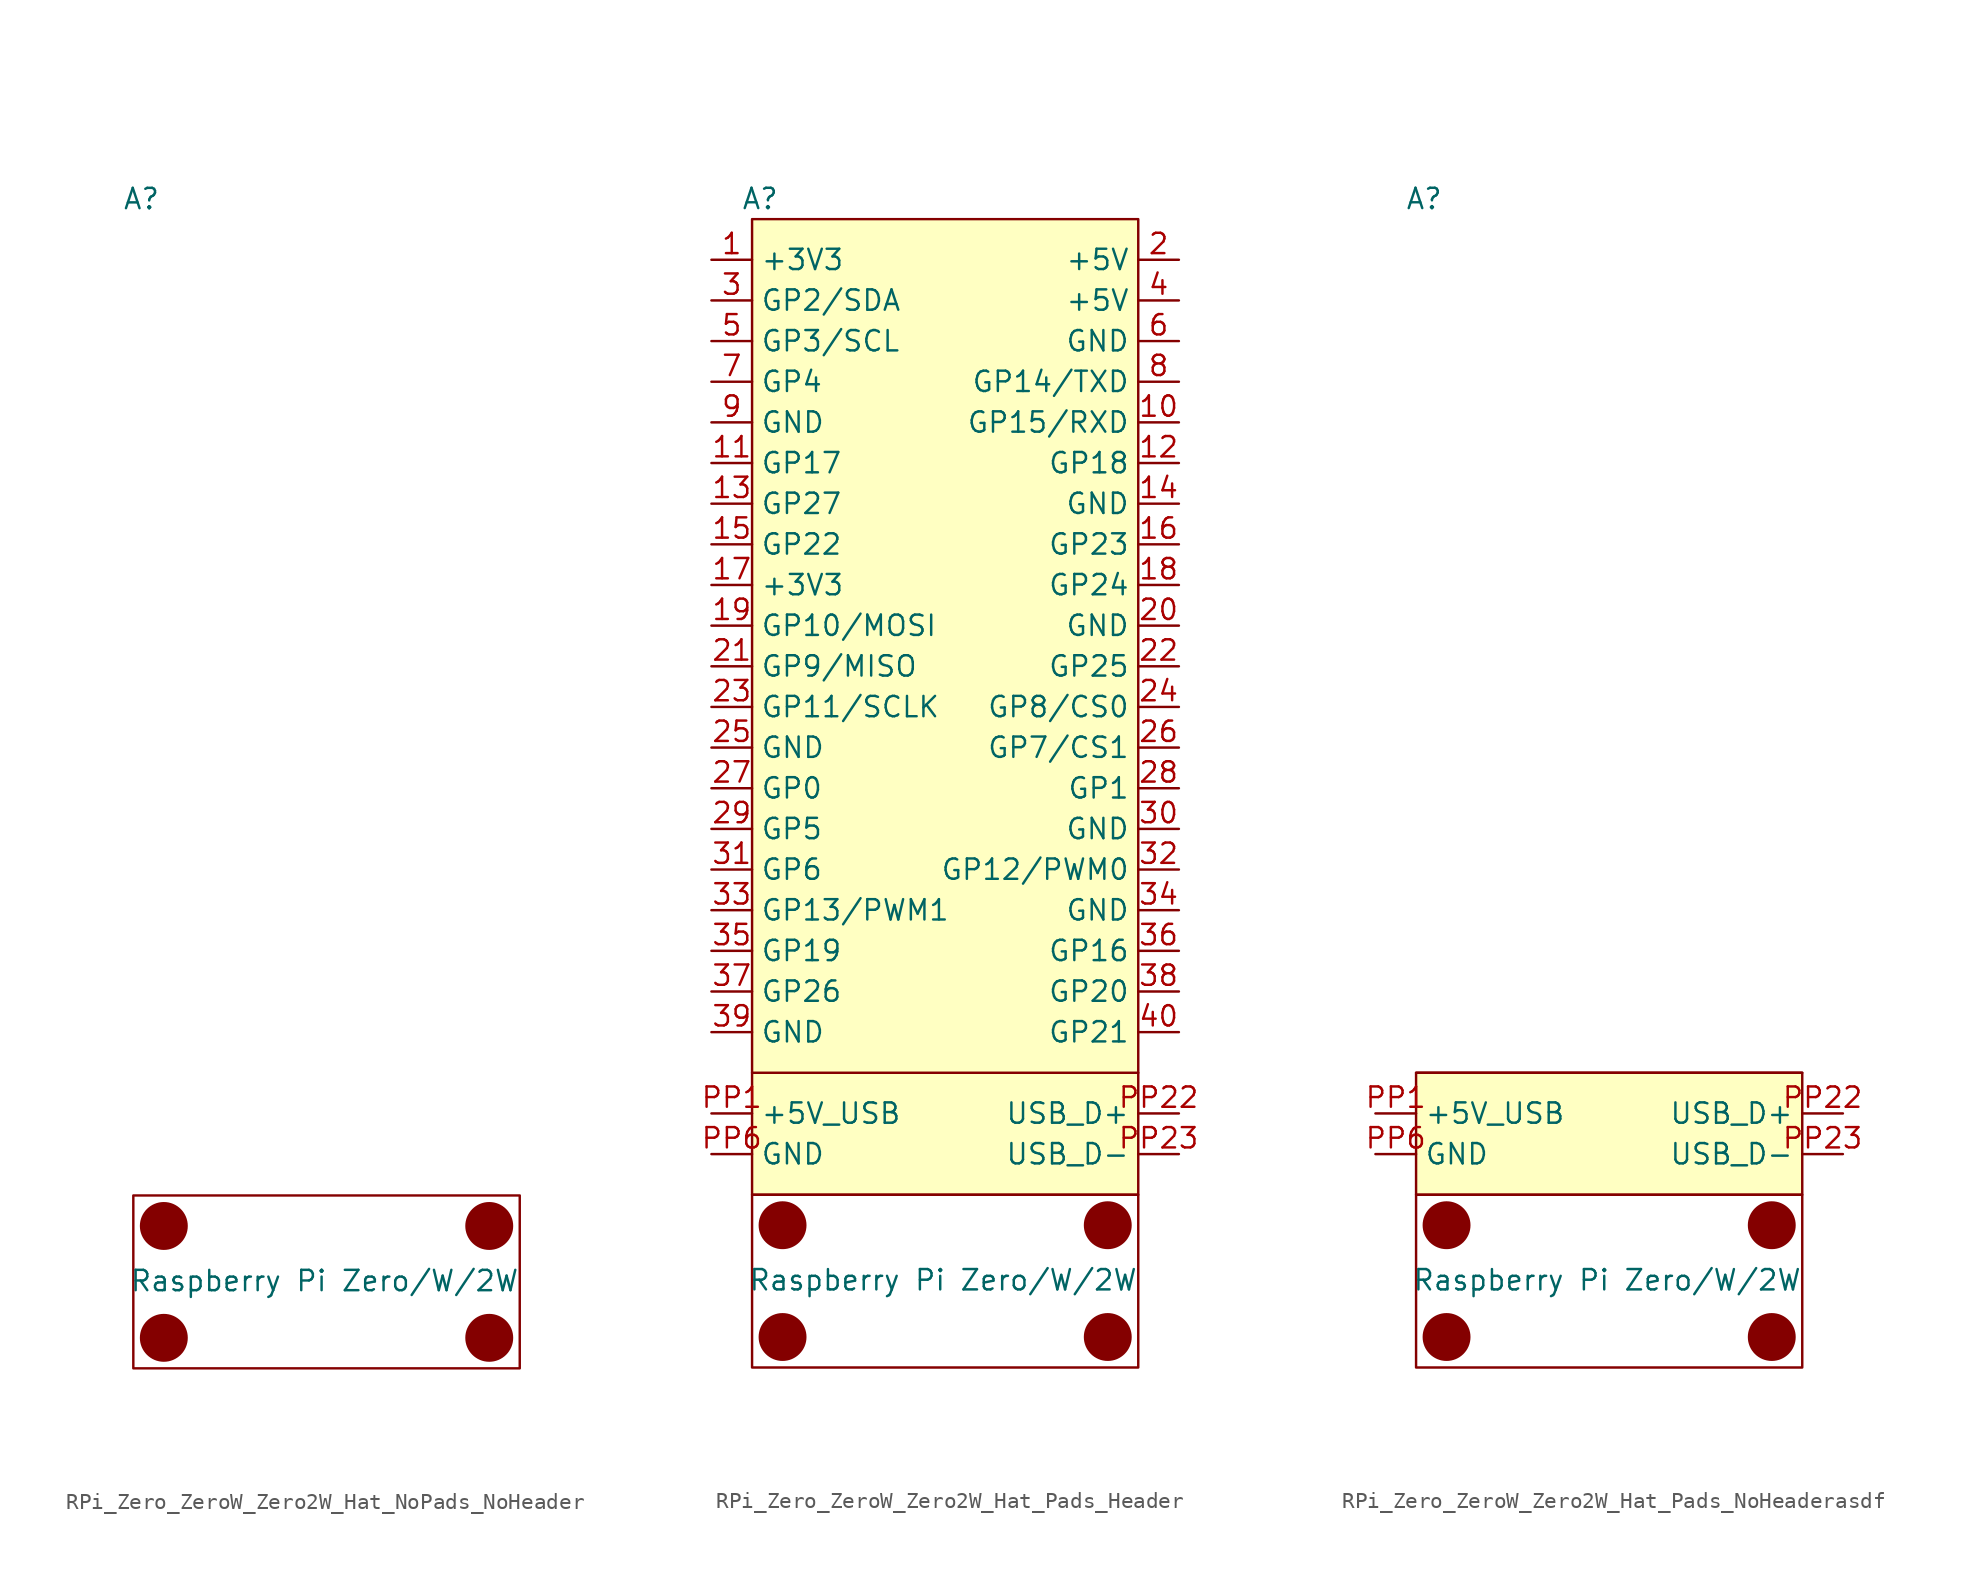
<source format=kicad_sym>
(kicad_symbol_lib
  (version 20231120)
  (generator "kicad_symbol_editor")
  (generator_version "8.0")
  (symbol "RPi_Zero_ZeroW_Zero2W_Hat_NoPads_NoHeader"
    (property "Reference" "A"
      (at 3.048 3.81 0)
      (effects (font (size 1.27 1.27))))
    (property "Value" "Raspberry Pi Zero/W/2W"
      (at 14.478 -63.754 0)
      (effects (font (size 1.27 1.27))))
    (symbol "RPi_Zero_ZeroW_Zero2W_Hat_NoPads_NoHeader_1_1"
      (rectangle (start 2.54 -58.42) (end 26.67 -69.215) (stroke (width 0) (type default)) (fill (type none)))
      (circle (center 4.445 -67.31) (radius 1.42) (stroke (width 0) (type default)) (fill (type outline)))
      (circle (center 4.445 -60.325) (radius 1.42) (stroke (width 0) (type default)) (fill (type outline)))
      (circle (center 24.765 -67.31) (radius 1.42) (stroke (width 0) (type default)) (fill (type outline)))
      (circle (center 24.765 -60.325) (radius 1.42) (stroke (width 0) (type default)) (fill (type outline)))))
  (symbol "RPi_Zero_ZeroW_Zero2W_Hat_Pads_Header"
    (property "Reference" "A"
      (at 3.048 3.81 0)
      (effects (font (size 1.27 1.27))))
    (property "Value" "Raspberry Pi Zero/W/2W"
      (at 14.478 -63.754 0)
      (effects (font (size 1.27 1.27))))
    (symbol "RPi_Zero_ZeroW_Zero2W_Hat_Pads_Header_1_1"
      (polyline (pts (xy 2.54 -50.8) (xy 26.67 -50.8)) (stroke (width 0) (type default)) (fill (type none)))
      (rectangle (start 2.54 -58.42) (end 26.67 -69.215) (stroke (width 0) (type default)) (fill (type none)))
      (rectangle (start 2.54 2.54) (end 26.67 -58.42) (stroke (width 0) (type default)) (fill (type background)))
      (circle (center 4.445 -67.31) (radius 1.42) (stroke (width 0) (type default)) (fill (type outline)))
      (circle (center 4.445 -60.325) (radius 1.42) (stroke (width 0) (type default)) (fill (type outline)))
      (circle (center 24.765 -67.31) (radius 1.42) (stroke (width 0) (type default)) (fill (type outline)))
      (circle (center 24.765 -60.325) (radius 1.42) (stroke (width 0) (type default)) (fill (type outline)))
      (pin input line (at 0 0 0) (length 2.54) (name "+3V3" (effects (font (size 1.27 1.27)))) (number "1" (effects (font (size 1.27 1.27)))))
      (pin input line (at 29.21 -10.16 180) (length 2.54) (name "GP15/RXD" (effects (font (size 1.27 1.27)))) (number "10" (effects (font (size 1.27 1.27)))))
      (pin input line (at 0 -12.7 0) (length 2.54) (name "GP17" (effects (font (size 1.27 1.27)))) (number "11" (effects (font (size 1.27 1.27)))))
      (pin input line (at 29.21 -12.7 180) (length 2.54) (name "GP18" (effects (font (size 1.27 1.27)))) (number "12" (effects (font (size 1.27 1.27)))))
      (pin input line (at 0 -15.24 0) (length 2.54) (name "GP27" (effects (font (size 1.27 1.27)))) (number "13" (effects (font (size 1.27 1.27)))))
      (pin input line (at 29.21 -15.24 180) (length 2.54) (name "GND" (effects (font (size 1.27 1.27)))) (number "14" (effects (font (size 1.27 1.27)))))
      (pin input line (at 0 -17.78 0) (length 2.54) (name "GP22" (effects (font (size 1.27 1.27)))) (number "15" (effects (font (size 1.27 1.27)))))
      (pin input line (at 29.21 -17.78 180) (length 2.54) (name "GP23" (effects (font (size 1.27 1.27)))) (number "16" (effects (font (size 1.27 1.27)))))
      (pin input line (at 0 -20.32 0) (length 2.54) (name "+3V3" (effects (font (size 1.27 1.27)))) (number "17" (effects (font (size 1.27 1.27)))))
      (pin input line (at 29.21 -20.32 180) (length 2.54) (name "GP24" (effects (font (size 1.27 1.27)))) (number "18" (effects (font (size 1.27 1.27)))))
      (pin input line (at 0 -22.86 0) (length 2.54) (name "GP10/MOSI" (effects (font (size 1.27 1.27)))) (number "19" (effects (font (size 1.27 1.27)))))
      (pin input line (at 29.21 0 180) (length 2.54) (name "+5V" (effects (font (size 1.27 1.27)))) (number "2" (effects (font (size 1.27 1.27)))))
      (pin input line (at 29.21 -22.86 180) (length 2.54) (name "GND" (effects (font (size 1.27 1.27)))) (number "20" (effects (font (size 1.27 1.27)))))
      (pin input line (at 0 -25.4 0) (length 2.54) (name "GP9/MISO" (effects (font (size 1.27 1.27)))) (number "21" (effects (font (size 1.27 1.27)))))
      (pin input line (at 29.21 -25.4 180) (length 2.54) (name "GP25" (effects (font (size 1.27 1.27)))) (number "22" (effects (font (size 1.27 1.27)))))
      (pin input line (at 0 -27.94 0) (length 2.54) (name "GP11/SCLK" (effects (font (size 1.27 1.27)))) (number "23" (effects (font (size 1.27 1.27)))))
      (pin input line (at 29.21 -27.94 180) (length 2.54) (name "GP8/CS0" (effects (font (size 1.27 1.27)))) (number "24" (effects (font (size 1.27 1.27)))))
      (pin input line (at 0 -30.48 0) (length 2.54) (name "GND" (effects (font (size 1.27 1.27)))) (number "25" (effects (font (size 1.27 1.27)))))
      (pin input line (at 29.21 -30.48 180) (length 2.54) (name "GP7/CS1" (effects (font (size 1.27 1.27)))) (number "26" (effects (font (size 1.27 1.27)))))
      (pin input line (at 0 -33.02 0) (length 2.54) (name "GP0" (effects (font (size 1.27 1.27)))) (number "27" (effects (font (size 1.27 1.27)))))
      (pin input line (at 29.21 -33.02 180) (length 2.54) (name "GP1" (effects (font (size 1.27 1.27)))) (number "28" (effects (font (size 1.27 1.27)))))
      (pin input line (at 0 -35.56 0) (length 2.54) (name "GP5" (effects (font (size 1.27 1.27)))) (number "29" (effects (font (size 1.27 1.27)))))
      (pin input line (at 0 -2.54 0) (length 2.54) (name "GP2/SDA" (effects (font (size 1.27 1.27)))) (number "3" (effects (font (size 1.27 1.27)))))
      (pin input line (at 29.21 -35.56 180) (length 2.54) (name "GND" (effects (font (size 1.27 1.27)))) (number "30" (effects (font (size 1.27 1.27)))))
      (pin input line (at 0 -38.1 0) (length 2.54) (name "GP6" (effects (font (size 1.27 1.27)))) (number "31" (effects (font (size 1.27 1.27)))))
      (pin input line (at 29.21 -38.1 180) (length 2.54) (name "GP12/PWM0" (effects (font (size 1.27 1.27)))) (number "32" (effects (font (size 1.27 1.27)))))
      (pin input line (at 0 -40.64 0) (length 2.54) (name "GP13/PWM1" (effects (font (size 1.27 1.27)))) (number "33" (effects (font (size 1.27 1.27)))))
      (pin input line (at 29.21 -40.64 180) (length 2.54) (name "GND" (effects (font (size 1.27 1.27)))) (number "34" (effects (font (size 1.27 1.27)))))
      (pin input line (at 0 -43.18 0) (length 2.54) (name "GP19" (effects (font (size 1.27 1.27)))) (number "35" (effects (font (size 1.27 1.27)))))
      (pin input line (at 29.21 -43.18 180) (length 2.54) (name "GP16" (effects (font (size 1.27 1.27)))) (number "36" (effects (font (size 1.27 1.27)))))
      (pin input line (at 0 -45.72 0) (length 2.54) (name "GP26" (effects (font (size 1.27 1.27)))) (number "37" (effects (font (size 1.27 1.27)))))
      (pin input line (at 29.21 -45.72 180) (length 2.54) (name "GP20" (effects (font (size 1.27 1.27)))) (number "38" (effects (font (size 1.27 1.27)))))
      (pin input line (at 0 -48.26 0) (length 2.54) (name "GND" (effects (font (size 1.27 1.27)))) (number "39" (effects (font (size 1.27 1.27)))))
      (pin input line (at 29.21 -2.54 180) (length 2.54) (name "+5V" (effects (font (size 1.27 1.27)))) (number "4" (effects (font (size 1.27 1.27)))))
      (pin input line (at 29.21 -48.26 180) (length 2.54) (name "GP21" (effects (font (size 1.27 1.27)))) (number "40" (effects (font (size 1.27 1.27)))))
      (pin input line (at 0 -5.08 0) (length 2.54) (name "GP3/SCL" (effects (font (size 1.27 1.27)))) (number "5" (effects (font (size 1.27 1.27)))))
      (pin input line (at 29.21 -5.08 180) (length 2.54) (name "GND" (effects (font (size 1.27 1.27)))) (number "6" (effects (font (size 1.27 1.27)))))
      (pin input line (at 0 -7.62 0) (length 2.54) (name "GP4" (effects (font (size 1.27 1.27)))) (number "7" (effects (font (size 1.27 1.27)))))
      (pin input line (at 29.21 -7.62 180) (length 2.54) (name "GP14/TXD" (effects (font (size 1.27 1.27)))) (number "8" (effects (font (size 1.27 1.27)))))
      (pin input line (at 0 -10.16 0) (length 2.54) (name "GND" (effects (font (size 1.27 1.27)))) (number "9" (effects (font (size 1.27 1.27)))))
      (pin input line (at 0 -53.34 0) (length 2.54) (name "+5V_USB" (effects (font (size 1.27 1.27)))) (number "PP1" (effects (font (size 1.27 1.27)))))
      (pin input line (at 29.21 -53.34 180) (length 2.54) (name "USB_D+" (effects (font (size 1.27 1.27)))) (number "PP22" (effects (font (size 1.27 1.27)))))
      (pin input line (at 29.21 -55.88 180) (length 2.54) (name "USB_D-" (effects (font (size 1.27 1.27)))) (number "PP23" (effects (font (size 1.27 1.27)))))
      (pin input line (at 0 -55.88 0) (length 2.54) (name "GND" (effects (font (size 1.27 1.27)))) (number "PP6" (effects (font (size 1.27 1.27)))))))
  (symbol "RPi_Zero_ZeroW_Zero2W_Hat_Pads_NoHeaderasdf"
    (property "Reference" "A"
      (at 3.048 3.81 0)
      (effects (font (size 1.27 1.27))))
    (property "Value" "Raspberry Pi Zero/W/2W"
      (at 14.478 -63.754 0)
      (effects (font (size 1.27 1.27))))
    (symbol "RPi_Zero_ZeroW_Zero2W_Hat_Pads_NoHeaderasdf_1_1"
      (polyline (pts (xy 2.54 -50.8) (xy 26.67 -50.8)) (stroke (width 0) (type default)) (fill (type none)))
      (rectangle (start 2.54 -58.42) (end 26.67 -69.215) (stroke (width 0) (type default)) (fill (type none)))
      (rectangle (start 2.54 -50.8) (end 26.67 -58.42) (stroke (width 0) (type default)) (fill (type background)))
      (circle (center 4.445 -67.31) (radius 1.42) (stroke (width 0) (type default)) (fill (type outline)))
      (circle (center 4.445 -60.325) (radius 1.42) (stroke (width 0) (type default)) (fill (type outline)))
      (circle (center 24.765 -67.31) (radius 1.42) (stroke (width 0) (type default)) (fill (type outline)))
      (circle (center 24.765 -60.325) (radius 1.42) (stroke (width 0) (type default)) (fill (type outline)))
      (pin input line (at 0 -53.34 0) (length 2.54) (name "+5V_USB" (effects (font (size 1.27 1.27)))) (number "PP1" (effects (font (size 1.27 1.27)))))
      (pin input line (at 29.21 -53.34 180) (length 2.54) (name "USB_D+" (effects (font (size 1.27 1.27)))) (number "PP22" (effects (font (size 1.27 1.27)))))
      (pin input line (at 29.21 -55.88 180) (length 2.54) (name "USB_D-" (effects (font (size 1.27 1.27)))) (number "PP23" (effects (font (size 1.27 1.27)))))
      (pin input line (at 0 -55.88 0) (length 2.54) (name "GND" (effects (font (size 1.27 1.27)))) (number "PP6" (effects (font (size 1.27 1.27))))))))
</source>
